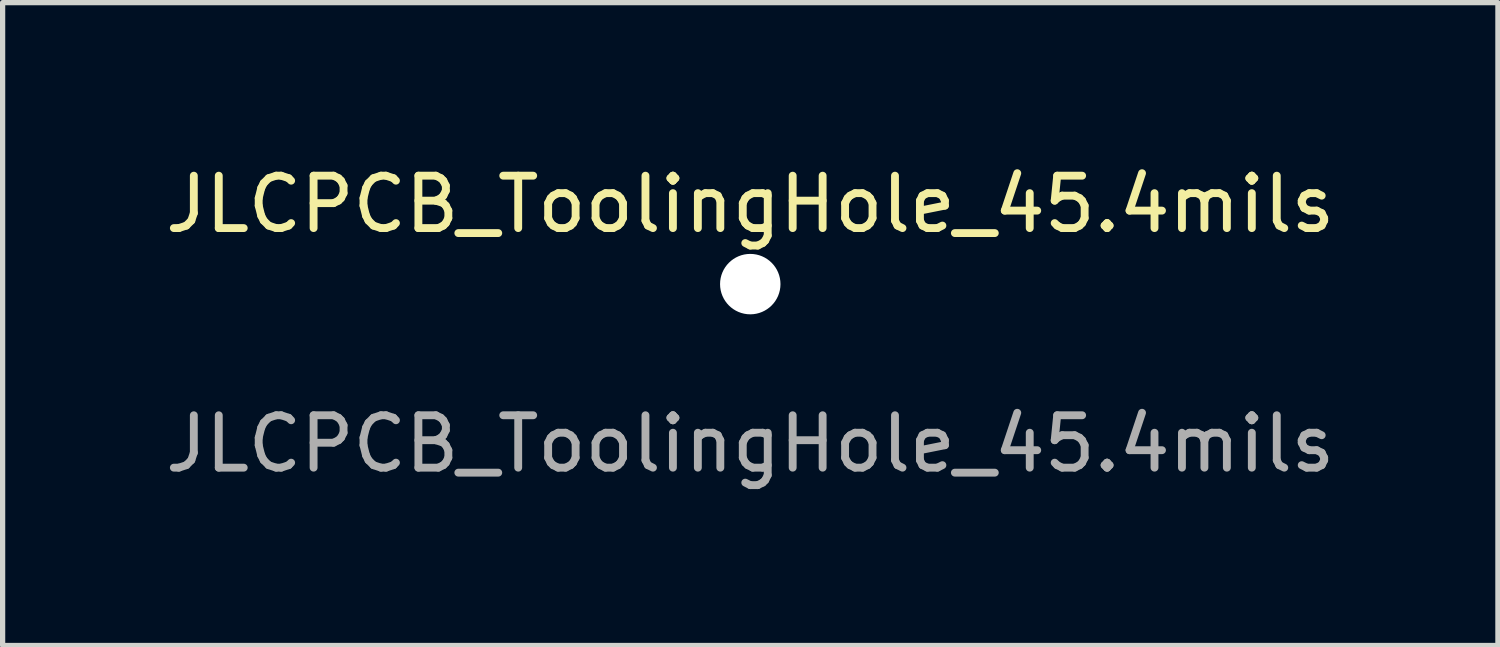
<source format=kicad_pcb>
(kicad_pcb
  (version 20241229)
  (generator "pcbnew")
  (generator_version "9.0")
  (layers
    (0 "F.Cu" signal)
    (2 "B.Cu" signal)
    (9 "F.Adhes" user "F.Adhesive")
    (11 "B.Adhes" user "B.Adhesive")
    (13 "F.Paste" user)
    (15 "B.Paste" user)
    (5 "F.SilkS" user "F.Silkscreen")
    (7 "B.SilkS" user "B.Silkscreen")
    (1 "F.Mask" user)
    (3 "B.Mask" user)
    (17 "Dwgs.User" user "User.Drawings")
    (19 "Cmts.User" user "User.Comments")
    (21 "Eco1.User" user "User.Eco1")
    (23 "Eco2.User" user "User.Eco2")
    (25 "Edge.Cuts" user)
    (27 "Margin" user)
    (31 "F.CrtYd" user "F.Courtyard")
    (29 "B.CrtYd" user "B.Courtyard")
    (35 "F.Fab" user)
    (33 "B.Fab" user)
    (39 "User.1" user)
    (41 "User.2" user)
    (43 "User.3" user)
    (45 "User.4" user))
  (footprint "JLCPCB_ToolingHole_45.4mils"
    (layer "F.Cu")
    (at 11.268 2.372)
    (property "Reference" "JLCPCB_ToolingHole_45.4mils" (at 0 -1.524 0) (unlocked yes) (layer "F.SilkS") (effects (font (size 1 1) (thickness 0.15))))
    (attr through_hole)
    (fp_text user "${REFERENCE}" (at 0 3.048 0) (unlocked yes) (layer "F.Fab") (effects (font (size 1 1) (thickness 0.15))))
    (pad "" np_thru_hole circle (at 0 0) (size 1.153 1.153) (drill 1.153) (layers "*.Cu" "*.Mask")))
  (gr_rect
    (start -3 -3)
    (end 25.536 9.268)
    (stroke (width 0.1) (type default))
    (fill no)
    (layer "Edge.Cuts")))
</source>
